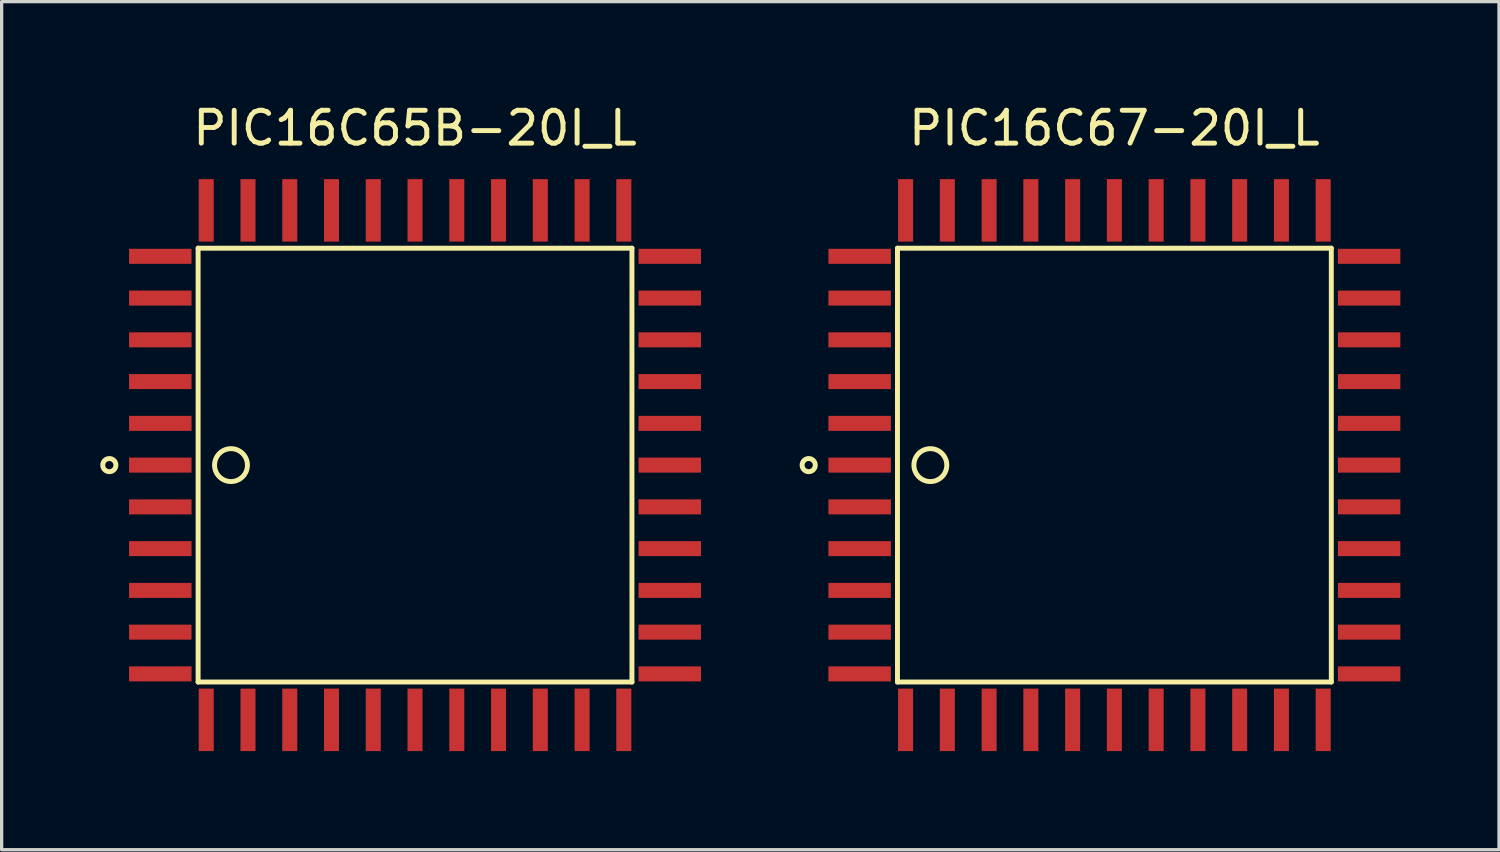
<source format=kicad_pcb>
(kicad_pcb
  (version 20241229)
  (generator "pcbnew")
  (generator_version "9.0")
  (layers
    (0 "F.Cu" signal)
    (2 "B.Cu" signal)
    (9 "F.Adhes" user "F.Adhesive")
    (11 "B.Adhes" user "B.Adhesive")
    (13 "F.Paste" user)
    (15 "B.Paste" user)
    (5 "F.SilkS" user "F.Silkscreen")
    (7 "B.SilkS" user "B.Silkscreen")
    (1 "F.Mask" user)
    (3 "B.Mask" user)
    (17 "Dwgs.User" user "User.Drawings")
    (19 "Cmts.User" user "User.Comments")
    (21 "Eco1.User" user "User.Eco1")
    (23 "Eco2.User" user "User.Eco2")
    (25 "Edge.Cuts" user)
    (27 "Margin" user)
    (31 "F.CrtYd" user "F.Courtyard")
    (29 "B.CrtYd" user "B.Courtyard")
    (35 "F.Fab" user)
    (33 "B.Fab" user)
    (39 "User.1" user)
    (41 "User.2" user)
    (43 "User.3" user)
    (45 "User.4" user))
  (footprint "PIC16C65B-20I_L"
    (layer "F.Cu")
    (at 1.825 3.348)
    (property "Reference" "PIC16C65B-20I_L" (at 7.747 -2.5 0) (layer "F.SilkS") (effects (font (size 1 1) (thickness 0.15))))
    (attr through_hole)
    (fp_line (start 1.15 1.15) (end 1.15 14.344) (stroke (width 0.15) (type solid)) (layer "F.SilkS"))
    (fp_line (start 1.15 1.15) (end 14.344 1.15) (stroke (width 0.15) (type solid)) (layer "F.SilkS"))
    (fp_line (start 1.15 14.344) (end 14.344 14.344) (stroke (width 0.15) (type solid)) (layer "F.SilkS"))
    (fp_line (start 14.344 14.344) (end 14.344 1.15) (stroke (width 0.15) (type solid)) (layer "F.SilkS"))
    (fp_circle (center -1.55 7.747) (end -1.55 7.547) (stroke (width 0.15) (type solid)) (fill no) (layer "F.SilkS"))
    (fp_circle (center 2.15 7.747) (end 2.15 7.247) (stroke (width 0.15) (type solid)) (fill no) (layer "F.SilkS"))
    (pad "1" smd rect (at 0 7.747) (size 1.9 0.457) (layers "F.Cu" "F.Mask" "F.Paste"))
    (pad "2" smd rect (at 0 9.017) (size 1.9 0.457) (layers "F.Cu" "F.Mask" "F.Paste"))
    (pad "3" smd rect (at 0 10.287) (size 1.9 0.457) (layers "F.Cu" "F.Mask" "F.Paste"))
    (pad "4" smd rect (at 0 11.557) (size 1.9 0.457) (layers "F.Cu" "F.Mask" "F.Paste"))
    (pad "5" smd rect (at 0 12.827) (size 1.9 0.457) (layers "F.Cu" "F.Mask" "F.Paste"))
    (pad "6" smd rect (at 0 14.097) (size 1.9 0.457) (layers "F.Cu" "F.Mask" "F.Paste"))
    (pad "7" smd rect (at 1.397 15.494) (size 0.457 1.9) (layers "F.Cu" "F.Mask" "F.Paste"))
    (pad "8" smd rect (at 2.667 15.494) (size 0.457 1.9) (layers "F.Cu" "F.Mask" "F.Paste"))
    (pad "9" smd rect (at 3.937 15.494) (size 0.457 1.9) (layers "F.Cu" "F.Mask" "F.Paste"))
    (pad "10" smd rect (at 5.207 15.494) (size 0.457 1.9) (layers "F.Cu" "F.Mask" "F.Paste"))
    (pad "11" smd rect (at 6.477 15.494) (size 0.457 1.9) (layers "F.Cu" "F.Mask" "F.Paste"))
    (pad "12" smd rect (at 7.747 15.494) (size 0.457 1.9) (layers "F.Cu" "F.Mask" "F.Paste"))
    (pad "13" smd rect (at 9.017 15.494) (size 0.457 1.9) (layers "F.Cu" "F.Mask" "F.Paste"))
    (pad "14" smd rect (at 10.287 15.494) (size 0.457 1.9) (layers "F.Cu" "F.Mask" "F.Paste"))
    (pad "15" smd rect (at 11.557 15.494) (size 0.457 1.9) (layers "F.Cu" "F.Mask" "F.Paste"))
    (pad "16" smd rect (at 12.827 15.494) (size 0.457 1.9) (layers "F.Cu" "F.Mask" "F.Paste"))
    (pad "17" smd rect (at 14.097 15.494) (size 0.457 1.9) (layers "F.Cu" "F.Mask" "F.Paste"))
    (pad "18" smd rect (at 15.494 14.097) (size 1.9 0.457) (layers "F.Cu" "F.Mask" "F.Paste"))
    (pad "19" smd rect (at 15.494 12.827) (size 1.9 0.457) (layers "F.Cu" "F.Mask" "F.Paste"))
    (pad "20" smd rect (at 15.494 11.557) (size 1.9 0.457) (layers "F.Cu" "F.Mask" "F.Paste"))
    (pad "21" smd rect (at 15.494 10.287) (size 1.9 0.457) (layers "F.Cu" "F.Mask" "F.Paste"))
    (pad "22" smd rect (at 15.494 9.017) (size 1.9 0.457) (layers "F.Cu" "F.Mask" "F.Paste"))
    (pad "23" smd rect (at 15.494 7.747) (size 1.9 0.457) (layers "F.Cu" "F.Mask" "F.Paste"))
    (pad "24" smd rect (at 15.494 6.477) (size 1.9 0.457) (layers "F.Cu" "F.Mask" "F.Paste"))
    (pad "25" smd rect (at 15.494 5.207) (size 1.9 0.457) (layers "F.Cu" "F.Mask" "F.Paste"))
    (pad "26" smd rect (at 15.494 3.937) (size 1.9 0.457) (layers "F.Cu" "F.Mask" "F.Paste"))
    (pad "27" smd rect (at 15.494 2.667) (size 1.9 0.457) (layers "F.Cu" "F.Mask" "F.Paste"))
    (pad "28" smd rect (at 15.494 1.397) (size 1.9 0.457) (layers "F.Cu" "F.Mask" "F.Paste"))
    (pad "29" smd rect (at 14.097 0) (size 0.457 1.9) (layers "F.Cu" "F.Mask" "F.Paste"))
    (pad "30" smd rect (at 12.827 0) (size 0.457 1.9) (layers "F.Cu" "F.Mask" "F.Paste"))
    (pad "31" smd rect (at 11.557 0) (size 0.457 1.9) (layers "F.Cu" "F.Mask" "F.Paste"))
    (pad "32" smd rect (at 10.287 0) (size 0.457 1.9) (layers "F.Cu" "F.Mask" "F.Paste"))
    (pad "33" smd rect (at 9.017 0) (size 0.457 1.9) (layers "F.Cu" "F.Mask" "F.Paste"))
    (pad "34" smd rect (at 7.747 0) (size 0.457 1.9) (layers "F.Cu" "F.Mask" "F.Paste"))
    (pad "35" smd rect (at 6.477 0) (size 0.457 1.9) (layers "F.Cu" "F.Mask" "F.Paste"))
    (pad "36" smd rect (at 5.207 0) (size 0.457 1.9) (layers "F.Cu" "F.Mask" "F.Paste"))
    (pad "37" smd rect (at 3.937 0) (size 0.457 1.9) (layers "F.Cu" "F.Mask" "F.Paste"))
    (pad "38" smd rect (at 2.667 0) (size 0.457 1.9) (layers "F.Cu" "F.Mask" "F.Paste"))
    (pad "39" smd rect (at 1.397 0) (size 0.457 1.9) (layers "F.Cu" "F.Mask" "F.Paste"))
    (pad "40" smd rect (at 0 1.397) (size 1.9 0.457) (layers "F.Cu" "F.Mask" "F.Paste"))
    (pad "41" smd rect (at 0 2.667) (size 1.9 0.457) (layers "F.Cu" "F.Mask" "F.Paste"))
    (pad "42" smd rect (at 0 3.937) (size 1.9 0.457) (layers "F.Cu" "F.Mask" "F.Paste"))
    (pad "43" smd rect (at 0 5.207) (size 1.9 0.457) (layers "F.Cu" "F.Mask" "F.Paste"))
    (pad "44" smd rect (at 0 6.477) (size 1.9 0.457) (layers "F.Cu" "F.Mask" "F.Paste")))
  (footprint "PIC16C67-20I_L"
    (layer "F.Cu")
    (at 23.094 3.348)
    (property "Reference" "PIC16C67-20I_L" (at 7.747 -2.5 0) (layer "F.SilkS") (effects (font (size 1 1) (thickness 0.15))))
    (attr through_hole)
    (fp_line (start 1.15 1.15) (end 1.15 14.344) (stroke (width 0.15) (type solid)) (layer "F.SilkS"))
    (fp_line (start 1.15 1.15) (end 14.344 1.15) (stroke (width 0.15) (type solid)) (layer "F.SilkS"))
    (fp_line (start 1.15 14.344) (end 14.344 14.344) (stroke (width 0.15) (type solid)) (layer "F.SilkS"))
    (fp_line (start 14.344 14.344) (end 14.344 1.15) (stroke (width 0.15) (type solid)) (layer "F.SilkS"))
    (fp_circle (center -1.55 7.747) (end -1.55 7.547) (stroke (width 0.15) (type solid)) (fill no) (layer "F.SilkS"))
    (fp_circle (center 2.15 7.747) (end 2.15 7.247) (stroke (width 0.15) (type solid)) (fill no) (layer "F.SilkS"))
    (pad "1" smd rect (at 0 7.747) (size 1.9 0.457) (layers "F.Cu" "F.Mask" "F.Paste"))
    (pad "2" smd rect (at 0 9.017) (size 1.9 0.457) (layers "F.Cu" "F.Mask" "F.Paste"))
    (pad "3" smd rect (at 0 10.287) (size 1.9 0.457) (layers "F.Cu" "F.Mask" "F.Paste"))
    (pad "4" smd rect (at 0 11.557) (size 1.9 0.457) (layers "F.Cu" "F.Mask" "F.Paste"))
    (pad "5" smd rect (at 0 12.827) (size 1.9 0.457) (layers "F.Cu" "F.Mask" "F.Paste"))
    (pad "6" smd rect (at 0 14.097) (size 1.9 0.457) (layers "F.Cu" "F.Mask" "F.Paste"))
    (pad "7" smd rect (at 1.397 15.494) (size 0.457 1.9) (layers "F.Cu" "F.Mask" "F.Paste"))
    (pad "8" smd rect (at 2.667 15.494) (size 0.457 1.9) (layers "F.Cu" "F.Mask" "F.Paste"))
    (pad "9" smd rect (at 3.937 15.494) (size 0.457 1.9) (layers "F.Cu" "F.Mask" "F.Paste"))
    (pad "10" smd rect (at 5.207 15.494) (size 0.457 1.9) (layers "F.Cu" "F.Mask" "F.Paste"))
    (pad "11" smd rect (at 6.477 15.494) (size 0.457 1.9) (layers "F.Cu" "F.Mask" "F.Paste"))
    (pad "12" smd rect (at 7.747 15.494) (size 0.457 1.9) (layers "F.Cu" "F.Mask" "F.Paste"))
    (pad "13" smd rect (at 9.017 15.494) (size 0.457 1.9) (layers "F.Cu" "F.Mask" "F.Paste"))
    (pad "14" smd rect (at 10.287 15.494) (size 0.457 1.9) (layers "F.Cu" "F.Mask" "F.Paste"))
    (pad "15" smd rect (at 11.557 15.494) (size 0.457 1.9) (layers "F.Cu" "F.Mask" "F.Paste"))
    (pad "16" smd rect (at 12.827 15.494) (size 0.457 1.9) (layers "F.Cu" "F.Mask" "F.Paste"))
    (pad "17" smd rect (at 14.097 15.494) (size 0.457 1.9) (layers "F.Cu" "F.Mask" "F.Paste"))
    (pad "18" smd rect (at 15.494 14.097) (size 1.9 0.457) (layers "F.Cu" "F.Mask" "F.Paste"))
    (pad "19" smd rect (at 15.494 12.827) (size 1.9 0.457) (layers "F.Cu" "F.Mask" "F.Paste"))
    (pad "20" smd rect (at 15.494 11.557) (size 1.9 0.457) (layers "F.Cu" "F.Mask" "F.Paste"))
    (pad "21" smd rect (at 15.494 10.287) (size 1.9 0.457) (layers "F.Cu" "F.Mask" "F.Paste"))
    (pad "22" smd rect (at 15.494 9.017) (size 1.9 0.457) (layers "F.Cu" "F.Mask" "F.Paste"))
    (pad "23" smd rect (at 15.494 7.747) (size 1.9 0.457) (layers "F.Cu" "F.Mask" "F.Paste"))
    (pad "24" smd rect (at 15.494 6.477) (size 1.9 0.457) (layers "F.Cu" "F.Mask" "F.Paste"))
    (pad "25" smd rect (at 15.494 5.207) (size 1.9 0.457) (layers "F.Cu" "F.Mask" "F.Paste"))
    (pad "26" smd rect (at 15.494 3.937) (size 1.9 0.457) (layers "F.Cu" "F.Mask" "F.Paste"))
    (pad "27" smd rect (at 15.494 2.667) (size 1.9 0.457) (layers "F.Cu" "F.Mask" "F.Paste"))
    (pad "28" smd rect (at 15.494 1.397) (size 1.9 0.457) (layers "F.Cu" "F.Mask" "F.Paste"))
    (pad "29" smd rect (at 14.097 0) (size 0.457 1.9) (layers "F.Cu" "F.Mask" "F.Paste"))
    (pad "30" smd rect (at 12.827 0) (size 0.457 1.9) (layers "F.Cu" "F.Mask" "F.Paste"))
    (pad "31" smd rect (at 11.557 0) (size 0.457 1.9) (layers "F.Cu" "F.Mask" "F.Paste"))
    (pad "32" smd rect (at 10.287 0) (size 0.457 1.9) (layers "F.Cu" "F.Mask" "F.Paste"))
    (pad "33" smd rect (at 9.017 0) (size 0.457 1.9) (layers "F.Cu" "F.Mask" "F.Paste"))
    (pad "34" smd rect (at 7.747 0) (size 0.457 1.9) (layers "F.Cu" "F.Mask" "F.Paste"))
    (pad "35" smd rect (at 6.477 0) (size 0.457 1.9) (layers "F.Cu" "F.Mask" "F.Paste"))
    (pad "36" smd rect (at 5.207 0) (size 0.457 1.9) (layers "F.Cu" "F.Mask" "F.Paste"))
    (pad "37" smd rect (at 3.937 0) (size 0.457 1.9) (layers "F.Cu" "F.Mask" "F.Paste"))
    (pad "38" smd rect (at 2.667 0) (size 0.457 1.9) (layers "F.Cu" "F.Mask" "F.Paste"))
    (pad "39" smd rect (at 1.397 0) (size 0.457 1.9) (layers "F.Cu" "F.Mask" "F.Paste"))
    (pad "40" smd rect (at 0 1.397) (size 1.9 0.457) (layers "F.Cu" "F.Mask" "F.Paste"))
    (pad "41" smd rect (at 0 2.667) (size 1.9 0.457) (layers "F.Cu" "F.Mask" "F.Paste"))
    (pad "42" smd rect (at 0 3.937) (size 1.9 0.457) (layers "F.Cu" "F.Mask" "F.Paste"))
    (pad "43" smd rect (at 0 5.207) (size 1.9 0.457) (layers "F.Cu" "F.Mask" "F.Paste"))
    (pad "44" smd rect (at 0 6.477) (size 1.9 0.457) (layers "F.Cu" "F.Mask" "F.Paste")))
  (gr_rect
    (start -3 -3)
    (end 42.538 22.792)
    (stroke (width 0.1) (type default))
    (fill no)
    (layer "Edge.Cuts")))
</source>
